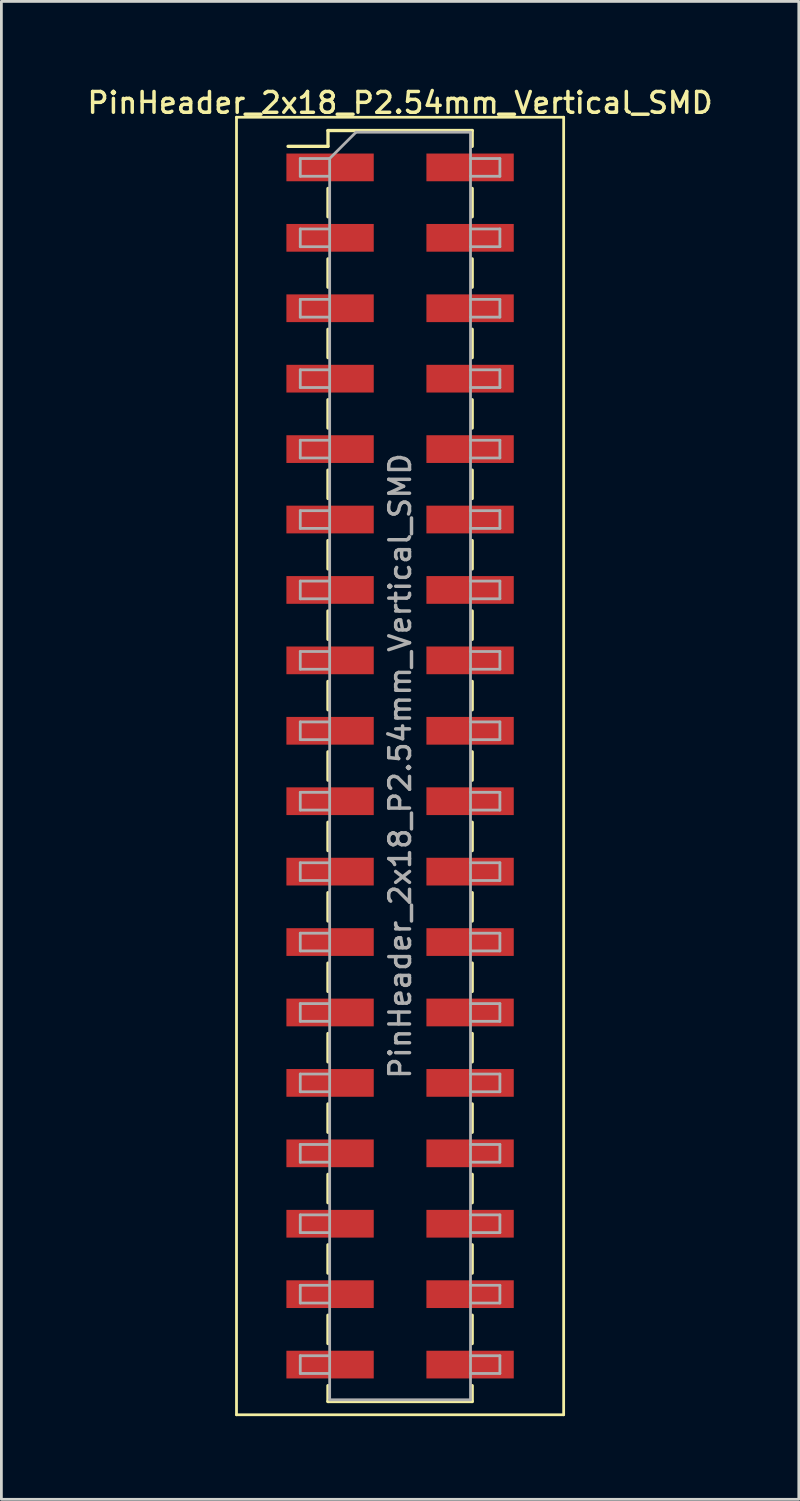
<source format=kicad_pcb>
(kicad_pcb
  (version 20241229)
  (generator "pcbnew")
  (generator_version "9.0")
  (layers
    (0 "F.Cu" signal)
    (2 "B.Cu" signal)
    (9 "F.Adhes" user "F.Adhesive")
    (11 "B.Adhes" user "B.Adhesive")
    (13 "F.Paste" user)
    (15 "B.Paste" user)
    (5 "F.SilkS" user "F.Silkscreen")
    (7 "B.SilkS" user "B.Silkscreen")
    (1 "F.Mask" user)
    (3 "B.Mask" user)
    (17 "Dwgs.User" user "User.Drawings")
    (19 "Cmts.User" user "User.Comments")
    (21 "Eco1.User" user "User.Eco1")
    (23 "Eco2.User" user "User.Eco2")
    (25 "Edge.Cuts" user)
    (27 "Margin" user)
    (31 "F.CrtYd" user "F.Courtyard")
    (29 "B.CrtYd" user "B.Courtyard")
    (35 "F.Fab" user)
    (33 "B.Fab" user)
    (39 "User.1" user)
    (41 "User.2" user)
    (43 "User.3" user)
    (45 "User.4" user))
  (footprint "PinHeader_2x18_P2.54mm_Vertical_SMD"
    (layer "F.Cu")
    (at 11.38 24.578)
    (property "Reference" "PinHeader_2x18_P2.54mm_Vertical_SMD" (at 0 -23.92 0) (layer "F.SilkS") (effects (font (size 0.75 0.75) (thickness 0.125))))
    (attr smd)
    (fp_line (start -5.9 -23.4) (end -5.9 23.4) (stroke (width 0.1) (type solid)) (layer "F.SilkS"))
    (fp_line (start -5.9 23.4) (end 5.9 23.4) (stroke (width 0.1) (type solid)) (layer "F.SilkS"))
    (fp_line (start -4.04 -22.35) (end -2.6 -22.35) (stroke (width 0.12) (type solid)) (layer "F.SilkS"))
    (fp_line (start -2.6 -22.92) (end -2.6 -22.35) (stroke (width 0.12) (type solid)) (layer "F.SilkS"))
    (fp_line (start -2.6 -22.92) (end 2.6 -22.92) (stroke (width 0.12) (type solid)) (layer "F.SilkS"))
    (fp_line (start -2.6 -20.83) (end -2.6 -19.81) (stroke (width 0.12) (type solid)) (layer "F.SilkS"))
    (fp_line (start -2.6 -18.29) (end -2.6 -17.27) (stroke (width 0.12) (type solid)) (layer "F.SilkS"))
    (fp_line (start -2.6 -15.75) (end -2.6 -14.73) (stroke (width 0.12) (type solid)) (layer "F.SilkS"))
    (fp_line (start -2.6 -13.21) (end -2.6 -12.19) (stroke (width 0.12) (type solid)) (layer "F.SilkS"))
    (fp_line (start -2.6 -10.67) (end -2.6 -9.65) (stroke (width 0.12) (type solid)) (layer "F.SilkS"))
    (fp_line (start -2.6 -8.13) (end -2.6 -7.11) (stroke (width 0.12) (type solid)) (layer "F.SilkS"))
    (fp_line (start -2.6 -5.59) (end -2.6 -4.57) (stroke (width 0.12) (type solid)) (layer "F.SilkS"))
    (fp_line (start -2.6 -3.05) (end -2.6 -2.03) (stroke (width 0.12) (type solid)) (layer "F.SilkS"))
    (fp_line (start -2.6 -0.51) (end -2.6 0.51) (stroke (width 0.12) (type solid)) (layer "F.SilkS"))
    (fp_line (start -2.6 2.03) (end -2.6 3.05) (stroke (width 0.12) (type solid)) (layer "F.SilkS"))
    (fp_line (start -2.6 4.57) (end -2.6 5.59) (stroke (width 0.12) (type solid)) (layer "F.SilkS"))
    (fp_line (start -2.6 7.11) (end -2.6 8.13) (stroke (width 0.12) (type solid)) (layer "F.SilkS"))
    (fp_line (start -2.6 9.65) (end -2.6 10.67) (stroke (width 0.12) (type solid)) (layer "F.SilkS"))
    (fp_line (start -2.6 12.19) (end -2.6 13.21) (stroke (width 0.12) (type solid)) (layer "F.SilkS"))
    (fp_line (start -2.6 14.73) (end -2.6 15.75) (stroke (width 0.12) (type solid)) (layer "F.SilkS"))
    (fp_line (start -2.6 17.27) (end -2.6 18.29) (stroke (width 0.12) (type solid)) (layer "F.SilkS"))
    (fp_line (start -2.6 19.81) (end -2.6 20.83) (stroke (width 0.12) (type solid)) (layer "F.SilkS"))
    (fp_line (start -2.6 22.35) (end -2.6 22.92) (stroke (width 0.12) (type solid)) (layer "F.SilkS"))
    (fp_line (start -2.6 22.92) (end 2.6 22.92) (stroke (width 0.12) (type solid)) (layer "F.SilkS"))
    (fp_line (start 2.6 -22.92) (end 2.6 -22.35) (stroke (width 0.12) (type solid)) (layer "F.SilkS"))
    (fp_line (start 2.6 -20.83) (end 2.6 -19.81) (stroke (width 0.12) (type solid)) (layer "F.SilkS"))
    (fp_line (start 2.6 -18.29) (end 2.6 -17.27) (stroke (width 0.12) (type solid)) (layer "F.SilkS"))
    (fp_line (start 2.6 -15.75) (end 2.6 -14.73) (stroke (width 0.12) (type solid)) (layer "F.SilkS"))
    (fp_line (start 2.6 -13.21) (end 2.6 -12.19) (stroke (width 0.12) (type solid)) (layer "F.SilkS"))
    (fp_line (start 2.6 -10.67) (end 2.6 -9.65) (stroke (width 0.12) (type solid)) (layer "F.SilkS"))
    (fp_line (start 2.6 -8.13) (end 2.6 -7.11) (stroke (width 0.12) (type solid)) (layer "F.SilkS"))
    (fp_line (start 2.6 -5.59) (end 2.6 -4.57) (stroke (width 0.12) (type solid)) (layer "F.SilkS"))
    (fp_line (start 2.6 -3.05) (end 2.6 -2.03) (stroke (width 0.12) (type solid)) (layer "F.SilkS"))
    (fp_line (start 2.6 -0.51) (end 2.6 0.51) (stroke (width 0.12) (type solid)) (layer "F.SilkS"))
    (fp_line (start 2.6 2.03) (end 2.6 3.05) (stroke (width 0.12) (type solid)) (layer "F.SilkS"))
    (fp_line (start 2.6 4.57) (end 2.6 5.59) (stroke (width 0.12) (type solid)) (layer "F.SilkS"))
    (fp_line (start 2.6 7.11) (end 2.6 8.13) (stroke (width 0.12) (type solid)) (layer "F.SilkS"))
    (fp_line (start 2.6 9.65) (end 2.6 10.67) (stroke (width 0.12) (type solid)) (layer "F.SilkS"))
    (fp_line (start 2.6 12.19) (end 2.6 13.21) (stroke (width 0.12) (type solid)) (layer "F.SilkS"))
    (fp_line (start 2.6 14.73) (end 2.6 15.75) (stroke (width 0.12) (type solid)) (layer "F.SilkS"))
    (fp_line (start 2.6 17.27) (end 2.6 18.29) (stroke (width 0.12) (type solid)) (layer "F.SilkS"))
    (fp_line (start 2.6 19.81) (end 2.6 20.83) (stroke (width 0.12) (type solid)) (layer "F.SilkS"))
    (fp_line (start 2.6 22.35) (end 2.6 22.92) (stroke (width 0.12) (type solid)) (layer "F.SilkS"))
    (fp_line (start 5.9 -23.4) (end -5.9 -23.4) (stroke (width 0.1) (type solid)) (layer "F.SilkS"))
    (fp_line (start 5.9 23.4) (end 5.9 -23.4) (stroke (width 0.1) (type solid)) (layer "F.SilkS"))
    (fp_line (start -3.6 -21.91) (end -3.6 -21.27) (stroke (width 0.1) (type solid)) (layer "F.Fab"))
    (fp_line (start -3.6 -21.27) (end -2.54 -21.27) (stroke (width 0.1) (type solid)) (layer "F.Fab"))
    (fp_line (start -3.6 -19.37) (end -3.6 -18.73) (stroke (width 0.1) (type solid)) (layer "F.Fab"))
    (fp_line (start -3.6 -18.73) (end -2.54 -18.73) (stroke (width 0.1) (type solid)) (layer "F.Fab"))
    (fp_line (start -3.6 -16.83) (end -3.6 -16.19) (stroke (width 0.1) (type solid)) (layer "F.Fab"))
    (fp_line (start -3.6 -16.19) (end -2.54 -16.19) (stroke (width 0.1) (type solid)) (layer "F.Fab"))
    (fp_line (start -3.6 -14.29) (end -3.6 -13.65) (stroke (width 0.1) (type solid)) (layer "F.Fab"))
    (fp_line (start -3.6 -13.65) (end -2.54 -13.65) (stroke (width 0.1) (type solid)) (layer "F.Fab"))
    (fp_line (start -3.6 -11.75) (end -3.6 -11.11) (stroke (width 0.1) (type solid)) (layer "F.Fab"))
    (fp_line (start -3.6 -11.11) (end -2.54 -11.11) (stroke (width 0.1) (type solid)) (layer "F.Fab"))
    (fp_line (start -3.6 -9.21) (end -3.6 -8.57) (stroke (width 0.1) (type solid)) (layer "F.Fab"))
    (fp_line (start -3.6 -8.57) (end -2.54 -8.57) (stroke (width 0.1) (type solid)) (layer "F.Fab"))
    (fp_line (start -3.6 -6.67) (end -3.6 -6.03) (stroke (width 0.1) (type solid)) (layer "F.Fab"))
    (fp_line (start -3.6 -6.03) (end -2.54 -6.03) (stroke (width 0.1) (type solid)) (layer "F.Fab"))
    (fp_line (start -3.6 -4.13) (end -3.6 -3.49) (stroke (width 0.1) (type solid)) (layer "F.Fab"))
    (fp_line (start -3.6 -3.49) (end -2.54 -3.49) (stroke (width 0.1) (type solid)) (layer "F.Fab"))
    (fp_line (start -3.6 -1.59) (end -3.6 -0.95) (stroke (width 0.1) (type solid)) (layer "F.Fab"))
    (fp_line (start -3.6 -0.95) (end -2.54 -0.95) (stroke (width 0.1) (type solid)) (layer "F.Fab"))
    (fp_line (start -3.6 0.95) (end -3.6 1.59) (stroke (width 0.1) (type solid)) (layer "F.Fab"))
    (fp_line (start -3.6 1.59) (end -2.54 1.59) (stroke (width 0.1) (type solid)) (layer "F.Fab"))
    (fp_line (start -3.6 3.49) (end -3.6 4.13) (stroke (width 0.1) (type solid)) (layer "F.Fab"))
    (fp_line (start -3.6 4.13) (end -2.54 4.13) (stroke (width 0.1) (type solid)) (layer "F.Fab"))
    (fp_line (start -3.6 6.03) (end -3.6 6.67) (stroke (width 0.1) (type solid)) (layer "F.Fab"))
    (fp_line (start -3.6 6.67) (end -2.54 6.67) (stroke (width 0.1) (type solid)) (layer "F.Fab"))
    (fp_line (start -3.6 8.57) (end -3.6 9.21) (stroke (width 0.1) (type solid)) (layer "F.Fab"))
    (fp_line (start -3.6 9.21) (end -2.54 9.21) (stroke (width 0.1) (type solid)) (layer "F.Fab"))
    (fp_line (start -3.6 11.11) (end -3.6 11.75) (stroke (width 0.1) (type solid)) (layer "F.Fab"))
    (fp_line (start -3.6 11.75) (end -2.54 11.75) (stroke (width 0.1) (type solid)) (layer "F.Fab"))
    (fp_line (start -3.6 13.65) (end -3.6 14.29) (stroke (width 0.1) (type solid)) (layer "F.Fab"))
    (fp_line (start -3.6 14.29) (end -2.54 14.29) (stroke (width 0.1) (type solid)) (layer "F.Fab"))
    (fp_line (start -3.6 16.19) (end -3.6 16.83) (stroke (width 0.1) (type solid)) (layer "F.Fab"))
    (fp_line (start -3.6 16.83) (end -2.54 16.83) (stroke (width 0.1) (type solid)) (layer "F.Fab"))
    (fp_line (start -3.6 18.73) (end -3.6 19.37) (stroke (width 0.1) (type solid)) (layer "F.Fab"))
    (fp_line (start -3.6 19.37) (end -2.54 19.37) (stroke (width 0.1) (type solid)) (layer "F.Fab"))
    (fp_line (start -3.6 21.27) (end -3.6 21.91) (stroke (width 0.1) (type solid)) (layer "F.Fab"))
    (fp_line (start -3.6 21.91) (end -2.54 21.91) (stroke (width 0.1) (type solid)) (layer "F.Fab"))
    (fp_line (start -2.54 -21.91) (end -3.6 -21.91) (stroke (width 0.1) (type solid)) (layer "F.Fab"))
    (fp_line (start -2.54 -21.91) (end -1.59 -22.86) (stroke (width 0.1) (type solid)) (layer "F.Fab"))
    (fp_line (start -2.54 -19.37) (end -3.6 -19.37) (stroke (width 0.1) (type solid)) (layer "F.Fab"))
    (fp_line (start -2.54 -16.83) (end -3.6 -16.83) (stroke (width 0.1) (type solid)) (layer "F.Fab"))
    (fp_line (start -2.54 -14.29) (end -3.6 -14.29) (stroke (width 0.1) (type solid)) (layer "F.Fab"))
    (fp_line (start -2.54 -11.75) (end -3.6 -11.75) (stroke (width 0.1) (type solid)) (layer "F.Fab"))
    (fp_line (start -2.54 -9.21) (end -3.6 -9.21) (stroke (width 0.1) (type solid)) (layer "F.Fab"))
    (fp_line (start -2.54 -6.67) (end -3.6 -6.67) (stroke (width 0.1) (type solid)) (layer "F.Fab"))
    (fp_line (start -2.54 -4.13) (end -3.6 -4.13) (stroke (width 0.1) (type solid)) (layer "F.Fab"))
    (fp_line (start -2.54 -1.59) (end -3.6 -1.59) (stroke (width 0.1) (type solid)) (layer "F.Fab"))
    (fp_line (start -2.54 0.95) (end -3.6 0.95) (stroke (width 0.1) (type solid)) (layer "F.Fab"))
    (fp_line (start -2.54 3.49) (end -3.6 3.49) (stroke (width 0.1) (type solid)) (layer "F.Fab"))
    (fp_line (start -2.54 6.03) (end -3.6 6.03) (stroke (width 0.1) (type solid)) (layer "F.Fab"))
    (fp_line (start -2.54 8.57) (end -3.6 8.57) (stroke (width 0.1) (type solid)) (layer "F.Fab"))
    (fp_line (start -2.54 11.11) (end -3.6 11.11) (stroke (width 0.1) (type solid)) (layer "F.Fab"))
    (fp_line (start -2.54 13.65) (end -3.6 13.65) (stroke (width 0.1) (type solid)) (layer "F.Fab"))
    (fp_line (start -2.54 16.19) (end -3.6 16.19) (stroke (width 0.1) (type solid)) (layer "F.Fab"))
    (fp_line (start -2.54 18.73) (end -3.6 18.73) (stroke (width 0.1) (type solid)) (layer "F.Fab"))
    (fp_line (start -2.54 21.27) (end -3.6 21.27) (stroke (width 0.1) (type solid)) (layer "F.Fab"))
    (fp_line (start -2.54 22.86) (end -2.54 -21.91) (stroke (width 0.1) (type solid)) (layer "F.Fab"))
    (fp_line (start -1.59 -22.86) (end 2.54 -22.86) (stroke (width 0.1) (type solid)) (layer "F.Fab"))
    (fp_line (start 2.54 -22.86) (end 2.54 22.86) (stroke (width 0.1) (type solid)) (layer "F.Fab"))
    (fp_line (start 2.54 -21.91) (end 3.6 -21.91) (stroke (width 0.1) (type solid)) (layer "F.Fab"))
    (fp_line (start 2.54 -19.37) (end 3.6 -19.37) (stroke (width 0.1) (type solid)) (layer "F.Fab"))
    (fp_line (start 2.54 -16.83) (end 3.6 -16.83) (stroke (width 0.1) (type solid)) (layer "F.Fab"))
    (fp_line (start 2.54 -14.29) (end 3.6 -14.29) (stroke (width 0.1) (type solid)) (layer "F.Fab"))
    (fp_line (start 2.54 -11.75) (end 3.6 -11.75) (stroke (width 0.1) (type solid)) (layer "F.Fab"))
    (fp_line (start 2.54 -9.21) (end 3.6 -9.21) (stroke (width 0.1) (type solid)) (layer "F.Fab"))
    (fp_line (start 2.54 -6.67) (end 3.6 -6.67) (stroke (width 0.1) (type solid)) (layer "F.Fab"))
    (fp_line (start 2.54 -4.13) (end 3.6 -4.13) (stroke (width 0.1) (type solid)) (layer "F.Fab"))
    (fp_line (start 2.54 -1.59) (end 3.6 -1.59) (stroke (width 0.1) (type solid)) (layer "F.Fab"))
    (fp_line (start 2.54 0.95) (end 3.6 0.95) (stroke (width 0.1) (type solid)) (layer "F.Fab"))
    (fp_line (start 2.54 3.49) (end 3.6 3.49) (stroke (width 0.1) (type solid)) (layer "F.Fab"))
    (fp_line (start 2.54 6.03) (end 3.6 6.03) (stroke (width 0.1) (type solid)) (layer "F.Fab"))
    (fp_line (start 2.54 8.57) (end 3.6 8.57) (stroke (width 0.1) (type solid)) (layer "F.Fab"))
    (fp_line (start 2.54 11.11) (end 3.6 11.11) (stroke (width 0.1) (type solid)) (layer "F.Fab"))
    (fp_line (start 2.54 13.65) (end 3.6 13.65) (stroke (width 0.1) (type solid)) (layer "F.Fab"))
    (fp_line (start 2.54 16.19) (end 3.6 16.19) (stroke (width 0.1) (type solid)) (layer "F.Fab"))
    (fp_line (start 2.54 18.73) (end 3.6 18.73) (stroke (width 0.1) (type solid)) (layer "F.Fab"))
    (fp_line (start 2.54 21.27) (end 3.6 21.27) (stroke (width 0.1) (type solid)) (layer "F.Fab"))
    (fp_line (start 2.54 22.86) (end -2.54 22.86) (stroke (width 0.1) (type solid)) (layer "F.Fab"))
    (fp_line (start 3.6 -21.91) (end 3.6 -21.27) (stroke (width 0.1) (type solid)) (layer "F.Fab"))
    (fp_line (start 3.6 -21.27) (end 2.54 -21.27) (stroke (width 0.1) (type solid)) (layer "F.Fab"))
    (fp_line (start 3.6 -19.37) (end 3.6 -18.73) (stroke (width 0.1) (type solid)) (layer "F.Fab"))
    (fp_line (start 3.6 -18.73) (end 2.54 -18.73) (stroke (width 0.1) (type solid)) (layer "F.Fab"))
    (fp_line (start 3.6 -16.83) (end 3.6 -16.19) (stroke (width 0.1) (type solid)) (layer "F.Fab"))
    (fp_line (start 3.6 -16.19) (end 2.54 -16.19) (stroke (width 0.1) (type solid)) (layer "F.Fab"))
    (fp_line (start 3.6 -14.29) (end 3.6 -13.65) (stroke (width 0.1) (type solid)) (layer "F.Fab"))
    (fp_line (start 3.6 -13.65) (end 2.54 -13.65) (stroke (width 0.1) (type solid)) (layer "F.Fab"))
    (fp_line (start 3.6 -11.75) (end 3.6 -11.11) (stroke (width 0.1) (type solid)) (layer "F.Fab"))
    (fp_line (start 3.6 -11.11) (end 2.54 -11.11) (stroke (width 0.1) (type solid)) (layer "F.Fab"))
    (fp_line (start 3.6 -9.21) (end 3.6 -8.57) (stroke (width 0.1) (type solid)) (layer "F.Fab"))
    (fp_line (start 3.6 -8.57) (end 2.54 -8.57) (stroke (width 0.1) (type solid)) (layer "F.Fab"))
    (fp_line (start 3.6 -6.67) (end 3.6 -6.03) (stroke (width 0.1) (type solid)) (layer "F.Fab"))
    (fp_line (start 3.6 -6.03) (end 2.54 -6.03) (stroke (width 0.1) (type solid)) (layer "F.Fab"))
    (fp_line (start 3.6 -4.13) (end 3.6 -3.49) (stroke (width 0.1) (type solid)) (layer "F.Fab"))
    (fp_line (start 3.6 -3.49) (end 2.54 -3.49) (stroke (width 0.1) (type solid)) (layer "F.Fab"))
    (fp_line (start 3.6 -1.59) (end 3.6 -0.95) (stroke (width 0.1) (type solid)) (layer "F.Fab"))
    (fp_line (start 3.6 -0.95) (end 2.54 -0.95) (stroke (width 0.1) (type solid)) (layer "F.Fab"))
    (fp_line (start 3.6 0.95) (end 3.6 1.59) (stroke (width 0.1) (type solid)) (layer "F.Fab"))
    (fp_line (start 3.6 1.59) (end 2.54 1.59) (stroke (width 0.1) (type solid)) (layer "F.Fab"))
    (fp_line (start 3.6 3.49) (end 3.6 4.13) (stroke (width 0.1) (type solid)) (layer "F.Fab"))
    (fp_line (start 3.6 4.13) (end 2.54 4.13) (stroke (width 0.1) (type solid)) (layer "F.Fab"))
    (fp_line (start 3.6 6.03) (end 3.6 6.67) (stroke (width 0.1) (type solid)) (layer "F.Fab"))
    (fp_line (start 3.6 6.67) (end 2.54 6.67) (stroke (width 0.1) (type solid)) (layer "F.Fab"))
    (fp_line (start 3.6 8.57) (end 3.6 9.21) (stroke (width 0.1) (type solid)) (layer "F.Fab"))
    (fp_line (start 3.6 9.21) (end 2.54 9.21) (stroke (width 0.1) (type solid)) (layer "F.Fab"))
    (fp_line (start 3.6 11.11) (end 3.6 11.75) (stroke (width 0.1) (type solid)) (layer "F.Fab"))
    (fp_line (start 3.6 11.75) (end 2.54 11.75) (stroke (width 0.1) (type solid)) (layer "F.Fab"))
    (fp_line (start 3.6 13.65) (end 3.6 14.29) (stroke (width 0.1) (type solid)) (layer "F.Fab"))
    (fp_line (start 3.6 14.29) (end 2.54 14.29) (stroke (width 0.1) (type solid)) (layer "F.Fab"))
    (fp_line (start 3.6 16.19) (end 3.6 16.83) (stroke (width 0.1) (type solid)) (layer "F.Fab"))
    (fp_line (start 3.6 16.83) (end 2.54 16.83) (stroke (width 0.1) (type solid)) (layer "F.Fab"))
    (fp_line (start 3.6 18.73) (end 3.6 19.37) (stroke (width 0.1) (type solid)) (layer "F.Fab"))
    (fp_line (start 3.6 19.37) (end 2.54 19.37) (stroke (width 0.1) (type solid)) (layer "F.Fab"))
    (fp_line (start 3.6 21.27) (end 3.6 21.91) (stroke (width 0.1) (type solid)) (layer "F.Fab"))
    (fp_line (start 3.6 21.91) (end 2.54 21.91) (stroke (width 0.1) (type solid)) (layer "F.Fab"))
    (fp_text user "${REFERENCE}" (at 0 0 90) (layer "F.Fab") (effects (font (size 0.75 0.75) (thickness 0.125))))
    (pad "1" smd rect (at -2.525 -21.59) (size 3.15 1) (layers "F.Cu" "F.Mask" "F.Paste"))
    (pad "2" smd rect (at 2.525 -21.59) (size 3.15 1) (layers "F.Cu" "F.Mask" "F.Paste"))
    (pad "3" smd rect (at -2.525 -19.05) (size 3.15 1) (layers "F.Cu" "F.Mask" "F.Paste"))
    (pad "4" smd rect (at 2.525 -19.05) (size 3.15 1) (layers "F.Cu" "F.Mask" "F.Paste"))
    (pad "5" smd rect (at -2.525 -16.51) (size 3.15 1) (layers "F.Cu" "F.Mask" "F.Paste"))
    (pad "6" smd rect (at 2.525 -16.51) (size 3.15 1) (layers "F.Cu" "F.Mask" "F.Paste"))
    (pad "7" smd rect (at -2.525 -13.97) (size 3.15 1) (layers "F.Cu" "F.Mask" "F.Paste"))
    (pad "8" smd rect (at 2.525 -13.97) (size 3.15 1) (layers "F.Cu" "F.Mask" "F.Paste"))
    (pad "9" smd rect (at -2.525 -11.43) (size 3.15 1) (layers "F.Cu" "F.Mask" "F.Paste"))
    (pad "10" smd rect (at 2.525 -11.43) (size 3.15 1) (layers "F.Cu" "F.Mask" "F.Paste"))
    (pad "11" smd rect (at -2.525 -8.89) (size 3.15 1) (layers "F.Cu" "F.Mask" "F.Paste"))
    (pad "12" smd rect (at 2.525 -8.89) (size 3.15 1) (layers "F.Cu" "F.Mask" "F.Paste"))
    (pad "13" smd rect (at -2.525 -6.35) (size 3.15 1) (layers "F.Cu" "F.Mask" "F.Paste"))
    (pad "14" smd rect (at 2.525 -6.35) (size 3.15 1) (layers "F.Cu" "F.Mask" "F.Paste"))
    (pad "15" smd rect (at -2.525 -3.81) (size 3.15 1) (layers "F.Cu" "F.Mask" "F.Paste"))
    (pad "16" smd rect (at 2.525 -3.81) (size 3.15 1) (layers "F.Cu" "F.Mask" "F.Paste"))
    (pad "17" smd rect (at -2.525 -1.27) (size 3.15 1) (layers "F.Cu" "F.Mask" "F.Paste"))
    (pad "18" smd rect (at 2.525 -1.27) (size 3.15 1) (layers "F.Cu" "F.Mask" "F.Paste"))
    (pad "19" smd rect (at -2.525 1.27) (size 3.15 1) (layers "F.Cu" "F.Mask" "F.Paste"))
    (pad "20" smd rect (at 2.525 1.27) (size 3.15 1) (layers "F.Cu" "F.Mask" "F.Paste"))
    (pad "21" smd rect (at -2.525 3.81) (size 3.15 1) (layers "F.Cu" "F.Mask" "F.Paste"))
    (pad "22" smd rect (at 2.525 3.81) (size 3.15 1) (layers "F.Cu" "F.Mask" "F.Paste"))
    (pad "23" smd rect (at -2.525 6.35) (size 3.15 1) (layers "F.Cu" "F.Mask" "F.Paste"))
    (pad "24" smd rect (at 2.525 6.35) (size 3.15 1) (layers "F.Cu" "F.Mask" "F.Paste"))
    (pad "25" smd rect (at -2.525 8.89) (size 3.15 1) (layers "F.Cu" "F.Mask" "F.Paste"))
    (pad "26" smd rect (at 2.525 8.89) (size 3.15 1) (layers "F.Cu" "F.Mask" "F.Paste"))
    (pad "27" smd rect (at -2.525 11.43) (size 3.15 1) (layers "F.Cu" "F.Mask" "F.Paste"))
    (pad "28" smd rect (at 2.525 11.43) (size 3.15 1) (layers "F.Cu" "F.Mask" "F.Paste"))
    (pad "29" smd rect (at -2.525 13.97) (size 3.15 1) (layers "F.Cu" "F.Mask" "F.Paste"))
    (pad "30" smd rect (at 2.525 13.97) (size 3.15 1) (layers "F.Cu" "F.Mask" "F.Paste"))
    (pad "31" smd rect (at -2.525 16.51) (size 3.15 1) (layers "F.Cu" "F.Mask" "F.Paste"))
    (pad "32" smd rect (at 2.525 16.51) (size 3.15 1) (layers "F.Cu" "F.Mask" "F.Paste"))
    (pad "33" smd rect (at -2.525 19.05) (size 3.15 1) (layers "F.Cu" "F.Mask" "F.Paste"))
    (pad "34" smd rect (at 2.525 19.05) (size 3.15 1) (layers "F.Cu" "F.Mask" "F.Paste"))
    (pad "35" smd rect (at -2.525 21.59) (size 3.15 1) (layers "F.Cu" "F.Mask" "F.Paste"))
    (pad "36" smd rect (at 2.525 21.59) (size 3.15 1) (layers "F.Cu" "F.Mask" "F.Paste")))
  (gr_rect
    (start -3 -3)
    (end 25.761 51.028)
    (stroke (width 0.1) (type default))
    (fill no)
    (layer "Edge.Cuts")))
</source>
